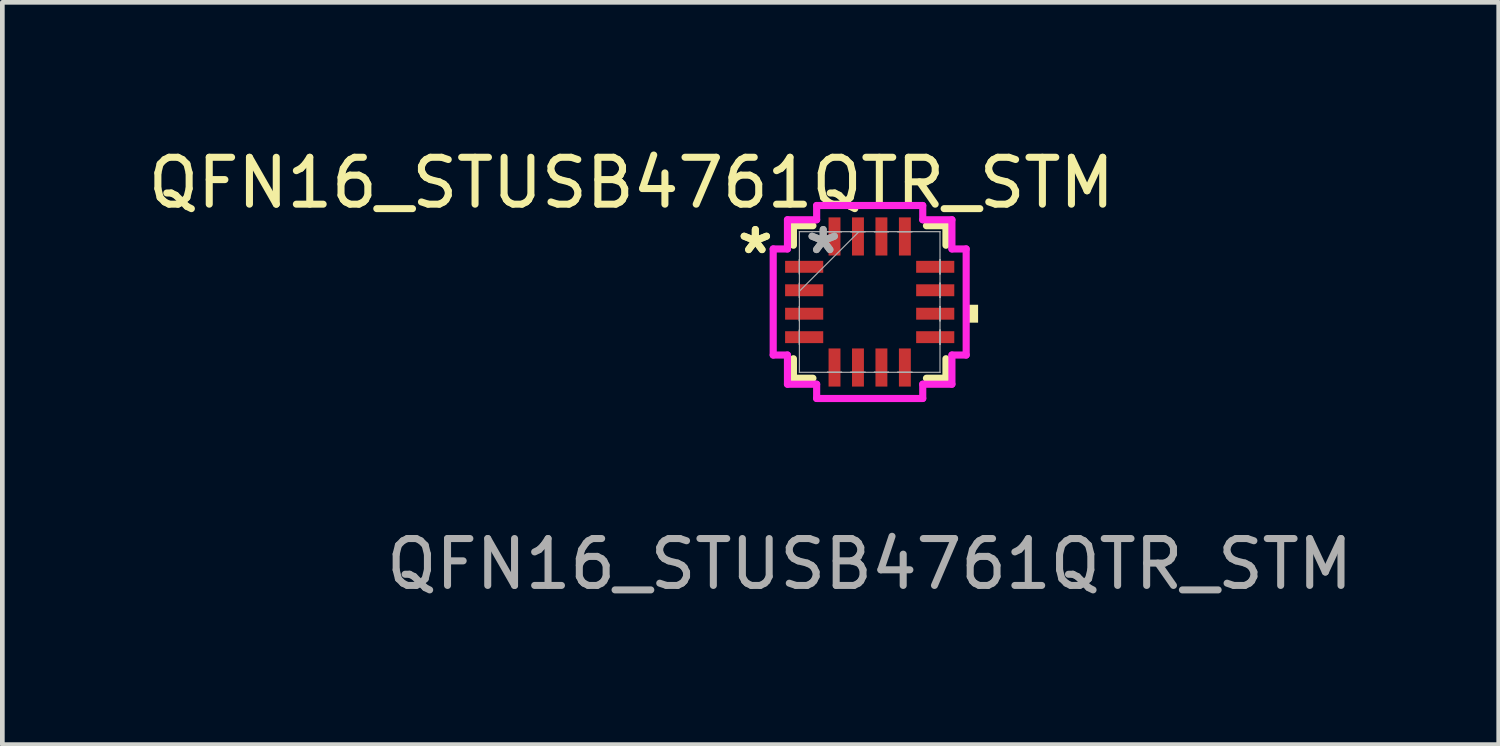
<source format=kicad_pcb>
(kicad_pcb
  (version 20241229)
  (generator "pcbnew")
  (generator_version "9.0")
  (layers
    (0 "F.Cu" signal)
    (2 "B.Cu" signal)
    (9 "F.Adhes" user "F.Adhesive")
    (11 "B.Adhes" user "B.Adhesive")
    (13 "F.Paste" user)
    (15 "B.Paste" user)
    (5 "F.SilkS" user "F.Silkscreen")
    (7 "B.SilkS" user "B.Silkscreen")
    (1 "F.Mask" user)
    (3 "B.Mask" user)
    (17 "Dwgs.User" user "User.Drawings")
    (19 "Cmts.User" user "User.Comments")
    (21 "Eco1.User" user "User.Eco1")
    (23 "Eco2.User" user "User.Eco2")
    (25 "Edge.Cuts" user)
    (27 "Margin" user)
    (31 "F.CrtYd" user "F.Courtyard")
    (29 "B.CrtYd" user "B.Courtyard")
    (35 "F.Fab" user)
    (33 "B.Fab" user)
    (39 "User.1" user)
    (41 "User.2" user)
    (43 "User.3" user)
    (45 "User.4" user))
  (footprint "QFN16_STUSB4761QTR_STM"
    (layer "F.Cu")
    (at 15.491 3.388)
    (property "Reference" "QFN16_STUSB4761QTR_STM" (at -5.08 -2.54 0) (unlocked yes) (layer "F.SilkS") (effects (font (size 1 1) (thickness 0.15))))
    (attr smd)
    (fp_line (start -1.626 -1.626) (end -1.626 -1.21) (stroke (width 0.152) (type solid)) (layer "F.SilkS"))
    (fp_line (start -1.626 1.21) (end -1.626 1.626) (stroke (width 0.152) (type solid)) (layer "F.SilkS"))
    (fp_line (start -1.626 1.626) (end -1.21 1.626) (stroke (width 0.152) (type solid)) (layer "F.SilkS"))
    (fp_line (start -1.21 -1.626) (end -1.626 -1.626) (stroke (width 0.152) (type solid)) (layer "F.SilkS"))
    (fp_line (start 1.21 1.626) (end 1.626 1.626) (stroke (width 0.152) (type solid)) (layer "F.SilkS"))
    (fp_line (start 1.626 -1.626) (end 1.21 -1.626) (stroke (width 0.152) (type solid)) (layer "F.SilkS"))
    (fp_line (start 1.626 -1.21) (end 1.626 -1.626) (stroke (width 0.152) (type solid)) (layer "F.SilkS"))
    (fp_line (start 1.626 1.626) (end 1.626 1.21) (stroke (width 0.152) (type solid)) (layer "F.SilkS"))
    (fp_poly (pts (xy 2.311 0.059) (xy 2.311 0.441) (xy 2.057 0.441) (xy 2.057 0.059)) (stroke (width 0) (type solid)) (fill yes) (layer "F.SilkS"))
    (fp_line (start -2.057 -1.131) (end -1.753 -1.131) (stroke (width 0.152) (type solid)) (layer "F.CrtYd"))
    (fp_line (start -2.057 1.131) (end -2.057 -1.131) (stroke (width 0.152) (type solid)) (layer "F.CrtYd"))
    (fp_line (start -1.753 -1.753) (end -1.131 -1.753) (stroke (width 0.152) (type solid)) (layer "F.CrtYd"))
    (fp_line (start -1.753 -1.131) (end -1.753 -1.753) (stroke (width 0.152) (type solid)) (layer "F.CrtYd"))
    (fp_line (start -1.753 1.131) (end -2.057 1.131) (stroke (width 0.152) (type solid)) (layer "F.CrtYd"))
    (fp_line (start -1.753 1.753) (end -1.753 1.131) (stroke (width 0.152) (type solid)) (layer "F.CrtYd"))
    (fp_line (start -1.131 -2.057) (end 1.131 -2.057) (stroke (width 0.152) (type solid)) (layer "F.CrtYd"))
    (fp_line (start -1.131 -1.753) (end -1.131 -2.057) (stroke (width 0.152) (type solid)) (layer "F.CrtYd"))
    (fp_line (start -1.131 1.753) (end -1.753 1.753) (stroke (width 0.152) (type solid)) (layer "F.CrtYd"))
    (fp_line (start -1.131 2.057) (end -1.131 1.753) (stroke (width 0.152) (type solid)) (layer "F.CrtYd"))
    (fp_line (start 1.131 -2.057) (end 1.131 -1.753) (stroke (width 0.152) (type solid)) (layer "F.CrtYd"))
    (fp_line (start 1.131 -1.753) (end 1.753 -1.753) (stroke (width 0.152) (type solid)) (layer "F.CrtYd"))
    (fp_line (start 1.131 1.753) (end 1.131 2.057) (stroke (width 0.152) (type solid)) (layer "F.CrtYd"))
    (fp_line (start 1.131 2.057) (end -1.131 2.057) (stroke (width 0.152) (type solid)) (layer "F.CrtYd"))
    (fp_line (start 1.753 -1.753) (end 1.753 -1.131) (stroke (width 0.152) (type solid)) (layer "F.CrtYd"))
    (fp_line (start 1.753 -1.131) (end 2.057 -1.131) (stroke (width 0.152) (type solid)) (layer "F.CrtYd"))
    (fp_line (start 1.753 1.131) (end 1.753 1.753) (stroke (width 0.152) (type solid)) (layer "F.CrtYd"))
    (fp_line (start 1.753 1.753) (end 1.131 1.753) (stroke (width 0.152) (type solid)) (layer "F.CrtYd"))
    (fp_line (start 2.057 -1.131) (end 2.057 1.131) (stroke (width 0.152) (type solid)) (layer "F.CrtYd"))
    (fp_line (start 2.057 1.131) (end 1.753 1.131) (stroke (width 0.152) (type solid)) (layer "F.CrtYd"))
    (fp_line (start -1.499 -1.499) (end -1.499 -1.499) (stroke (width 0.025) (type solid)) (layer "F.Fab"))
    (fp_line (start -1.499 -1.499) (end -1.499 1.499) (stroke (width 0.025) (type solid)) (layer "F.Fab"))
    (fp_line (start -1.499 -0.902) (end -1.499 -0.902) (stroke (width 0.025) (type solid)) (layer "F.Fab"))
    (fp_line (start -1.499 -0.902) (end -1.499 -0.598) (stroke (width 0.025) (type solid)) (layer "F.Fab"))
    (fp_line (start -1.499 -0.598) (end -1.499 -0.902) (stroke (width 0.025) (type solid)) (layer "F.Fab"))
    (fp_line (start -1.499 -0.598) (end -1.499 -0.598) (stroke (width 0.025) (type solid)) (layer "F.Fab"))
    (fp_line (start -1.499 -0.402) (end -1.499 -0.402) (stroke (width 0.025) (type solid)) (layer "F.Fab"))
    (fp_line (start -1.499 -0.402) (end -1.499 -0.098) (stroke (width 0.025) (type solid)) (layer "F.Fab"))
    (fp_line (start -1.499 -0.229) (end -0.229 -1.499) (stroke (width 0.025) (type solid)) (layer "F.Fab"))
    (fp_line (start -1.499 -0.098) (end -1.499 -0.402) (stroke (width 0.025) (type solid)) (layer "F.Fab"))
    (fp_line (start -1.499 -0.098) (end -1.499 -0.098) (stroke (width 0.025) (type solid)) (layer "F.Fab"))
    (fp_line (start -1.499 0.098) (end -1.499 0.098) (stroke (width 0.025) (type solid)) (layer "F.Fab"))
    (fp_line (start -1.499 0.098) (end -1.499 0.402) (stroke (width 0.025) (type solid)) (layer "F.Fab"))
    (fp_line (start -1.499 0.402) (end -1.499 0.098) (stroke (width 0.025) (type solid)) (layer "F.Fab"))
    (fp_line (start -1.499 0.402) (end -1.499 0.402) (stroke (width 0.025) (type solid)) (layer "F.Fab"))
    (fp_line (start -1.499 0.598) (end -1.499 0.598) (stroke (width 0.025) (type solid)) (layer "F.Fab"))
    (fp_line (start -1.499 0.598) (end -1.499 0.902) (stroke (width 0.025) (type solid)) (layer "F.Fab"))
    (fp_line (start -1.499 0.902) (end -1.499 0.598) (stroke (width 0.025) (type solid)) (layer "F.Fab"))
    (fp_line (start -1.499 0.902) (end -1.499 0.902) (stroke (width 0.025) (type solid)) (layer "F.Fab"))
    (fp_line (start -1.499 1.499) (end -1.499 1.499) (stroke (width 0.025) (type solid)) (layer "F.Fab"))
    (fp_line (start -1.499 1.499) (end 1.499 1.499) (stroke (width 0.025) (type solid)) (layer "F.Fab"))
    (fp_line (start -0.902 -1.499) (end -0.902 -1.499) (stroke (width 0.025) (type solid)) (layer "F.Fab"))
    (fp_line (start -0.902 -1.499) (end -0.598 -1.499) (stroke (width 0.025) (type solid)) (layer "F.Fab"))
    (fp_line (start -0.902 1.499) (end -0.902 1.499) (stroke (width 0.025) (type solid)) (layer "F.Fab"))
    (fp_line (start -0.902 1.499) (end -0.598 1.499) (stroke (width 0.025) (type solid)) (layer "F.Fab"))
    (fp_line (start -0.598 -1.499) (end -0.902 -1.499) (stroke (width 0.025) (type solid)) (layer "F.Fab"))
    (fp_line (start -0.598 -1.499) (end -0.598 -1.499) (stroke (width 0.025) (type solid)) (layer "F.Fab"))
    (fp_line (start -0.598 1.499) (end -0.902 1.499) (stroke (width 0.025) (type solid)) (layer "F.Fab"))
    (fp_line (start -0.598 1.499) (end -0.598 1.499) (stroke (width 0.025) (type solid)) (layer "F.Fab"))
    (fp_line (start -0.402 -1.499) (end -0.402 -1.499) (stroke (width 0.025) (type solid)) (layer "F.Fab"))
    (fp_line (start -0.402 -1.499) (end -0.098 -1.499) (stroke (width 0.025) (type solid)) (layer "F.Fab"))
    (fp_line (start -0.402 1.499) (end -0.402 1.499) (stroke (width 0.025) (type solid)) (layer "F.Fab"))
    (fp_line (start -0.402 1.499) (end -0.098 1.499) (stroke (width 0.025) (type solid)) (layer "F.Fab"))
    (fp_line (start -0.098 -1.499) (end -0.402 -1.499) (stroke (width 0.025) (type solid)) (layer "F.Fab"))
    (fp_line (start -0.098 -1.499) (end -0.098 -1.499) (stroke (width 0.025) (type solid)) (layer "F.Fab"))
    (fp_line (start -0.098 1.499) (end -0.402 1.499) (stroke (width 0.025) (type solid)) (layer "F.Fab"))
    (fp_line (start -0.098 1.499) (end -0.098 1.499) (stroke (width 0.025) (type solid)) (layer "F.Fab"))
    (fp_line (start 0.098 -1.499) (end 0.098 -1.499) (stroke (width 0.025) (type solid)) (layer "F.Fab"))
    (fp_line (start 0.098 -1.499) (end 0.402 -1.499) (stroke (width 0.025) (type solid)) (layer "F.Fab"))
    (fp_line (start 0.098 1.499) (end 0.098 1.499) (stroke (width 0.025) (type solid)) (layer "F.Fab"))
    (fp_line (start 0.098 1.499) (end 0.402 1.499) (stroke (width 0.025) (type solid)) (layer "F.Fab"))
    (fp_line (start 0.402 -1.499) (end 0.098 -1.499) (stroke (width 0.025) (type solid)) (layer "F.Fab"))
    (fp_line (start 0.402 -1.499) (end 0.402 -1.499) (stroke (width 0.025) (type solid)) (layer "F.Fab"))
    (fp_line (start 0.402 1.499) (end 0.098 1.499) (stroke (width 0.025) (type solid)) (layer "F.Fab"))
    (fp_line (start 0.402 1.499) (end 0.402 1.499) (stroke (width 0.025) (type solid)) (layer "F.Fab"))
    (fp_line (start 0.598 -1.499) (end 0.598 -1.499) (stroke (width 0.025) (type solid)) (layer "F.Fab"))
    (fp_line (start 0.598 -1.499) (end 0.902 -1.499) (stroke (width 0.025) (type solid)) (layer "F.Fab"))
    (fp_line (start 0.598 1.499) (end 0.598 1.499) (stroke (width 0.025) (type solid)) (layer "F.Fab"))
    (fp_line (start 0.598 1.499) (end 0.902 1.499) (stroke (width 0.025) (type solid)) (layer "F.Fab"))
    (fp_line (start 0.902 -1.499) (end 0.598 -1.499) (stroke (width 0.025) (type solid)) (layer "F.Fab"))
    (fp_line (start 0.902 -1.499) (end 0.902 -1.499) (stroke (width 0.025) (type solid)) (layer "F.Fab"))
    (fp_line (start 0.902 1.499) (end 0.598 1.499) (stroke (width 0.025) (type solid)) (layer "F.Fab"))
    (fp_line (start 0.902 1.499) (end 0.902 1.499) (stroke (width 0.025) (type solid)) (layer "F.Fab"))
    (fp_line (start 1.499 -1.499) (end -1.499 -1.499) (stroke (width 0.025) (type solid)) (layer "F.Fab"))
    (fp_line (start 1.499 -1.499) (end 1.499 -1.499) (stroke (width 0.025) (type solid)) (layer "F.Fab"))
    (fp_line (start 1.499 -0.902) (end 1.499 -0.902) (stroke (width 0.025) (type solid)) (layer "F.Fab"))
    (fp_line (start 1.499 -0.902) (end 1.499 -0.598) (stroke (width 0.025) (type solid)) (layer "F.Fab"))
    (fp_line (start 1.499 -0.598) (end 1.499 -0.902) (stroke (width 0.025) (type solid)) (layer "F.Fab"))
    (fp_line (start 1.499 -0.598) (end 1.499 -0.598) (stroke (width 0.025) (type solid)) (layer "F.Fab"))
    (fp_line (start 1.499 -0.402) (end 1.499 -0.402) (stroke (width 0.025) (type solid)) (layer "F.Fab"))
    (fp_line (start 1.499 -0.402) (end 1.499 -0.098) (stroke (width 0.025) (type solid)) (layer "F.Fab"))
    (fp_line (start 1.499 -0.098) (end 1.499 -0.402) (stroke (width 0.025) (type solid)) (layer "F.Fab"))
    (fp_line (start 1.499 -0.098) (end 1.499 -0.098) (stroke (width 0.025) (type solid)) (layer "F.Fab"))
    (fp_line (start 1.499 0.098) (end 1.499 0.098) (stroke (width 0.025) (type solid)) (layer "F.Fab"))
    (fp_line (start 1.499 0.098) (end 1.499 0.402) (stroke (width 0.025) (type solid)) (layer "F.Fab"))
    (fp_line (start 1.499 0.402) (end 1.499 0.098) (stroke (width 0.025) (type solid)) (layer "F.Fab"))
    (fp_line (start 1.499 0.402) (end 1.499 0.402) (stroke (width 0.025) (type solid)) (layer "F.Fab"))
    (fp_line (start 1.499 0.598) (end 1.499 0.598) (stroke (width 0.025) (type solid)) (layer "F.Fab"))
    (fp_line (start 1.499 0.598) (end 1.499 0.902) (stroke (width 0.025) (type solid)) (layer "F.Fab"))
    (fp_line (start 1.499 0.902) (end 1.499 0.598) (stroke (width 0.025) (type solid)) (layer "F.Fab"))
    (fp_line (start 1.499 0.902) (end 1.499 0.902) (stroke (width 0.025) (type solid)) (layer "F.Fab"))
    (fp_line (start 1.499 1.499) (end 1.499 -1.499) (stroke (width 0.025) (type solid)) (layer "F.Fab"))
    (fp_line (start 1.499 1.499) (end 1.499 1.499) (stroke (width 0.025) (type solid)) (layer "F.Fab"))
    (fp_text user "*" (at -2.438 -1 0) (layer "F.SilkS") (effects (font (size 1 1) (thickness 0.15))))
    (fp_text user "*" (at -2.438 -1 0) (unlocked yes) (layer "F.SilkS") (effects (font (size 1 1) (thickness 0.15))))
    (fp_text user "*" (at -0.991 -1 0) (unlocked yes) (layer "F.Fab") (effects (font (size 1 1) (thickness 0.15))))
    (fp_text user "*" (at -0.991 -1 0) (layer "F.Fab") (effects (font (size 1 1) (thickness 0.15))))
    (fp_text user "${REFERENCE}" (at 0 5.588 0) (unlocked yes) (layer "F.Fab") (effects (font (size 1 1) (thickness 0.15))))
    (pad "1" smd rect (at -1.397 -0.75 90) (size 0.254 0.813) (layers "F.Cu" "F.Mask" "F.Paste"))
    (pad "2" smd rect (at -1.397 -0.25 90) (size 0.254 0.813) (layers "F.Cu" "F.Mask" "F.Paste"))
    (pad "3" smd rect (at -1.397 0.25 90) (size 0.254 0.813) (layers "F.Cu" "F.Mask" "F.Paste"))
    (pad "4" smd rect (at -1.397 0.75 90) (size 0.254 0.813) (layers "F.Cu" "F.Mask" "F.Paste"))
    (pad "5" smd rect (at -0.75 1.397) (size 0.254 0.813) (layers "F.Cu" "F.Mask" "F.Paste"))
    (pad "6" smd rect (at -0.25 1.397) (size 0.254 0.813) (layers "F.Cu" "F.Mask" "F.Paste"))
    (pad "7" smd rect (at 0.25 1.397) (size 0.254 0.813) (layers "F.Cu" "F.Mask" "F.Paste"))
    (pad "8" smd rect (at 0.75 1.397) (size 0.254 0.813) (layers "F.Cu" "F.Mask" "F.Paste"))
    (pad "9" smd rect (at 1.397 0.75 90) (size 0.254 0.813) (layers "F.Cu" "F.Mask" "F.Paste"))
    (pad "10" smd rect (at 1.397 0.25 90) (size 0.254 0.813) (layers "F.Cu" "F.Mask" "F.Paste"))
    (pad "11" smd rect (at 1.397 -0.25 90) (size 0.254 0.813) (layers "F.Cu" "F.Mask" "F.Paste"))
    (pad "12" smd rect (at 1.397 -0.75 90) (size 0.254 0.813) (layers "F.Cu" "F.Mask" "F.Paste"))
    (pad "13" smd rect (at 0.75 -1.397) (size 0.254 0.813) (layers "F.Cu" "F.Mask" "F.Paste"))
    (pad "14" smd rect (at 0.25 -1.397) (size 0.254 0.813) (layers "F.Cu" "F.Mask" "F.Paste"))
    (pad "15" smd rect (at -0.25 -1.397) (size 0.254 0.813) (layers "F.Cu" "F.Mask" "F.Paste"))
    (pad "16" smd rect (at -0.75 -1.397) (size 0.254 0.813) (layers "F.Cu" "F.Mask" "F.Paste")))
  (gr_rect
    (start -3 -3)
    (end 28.901 12.825)
    (stroke (width 0.1) (type default))
    (fill no)
    (layer "Edge.Cuts")))
</source>
